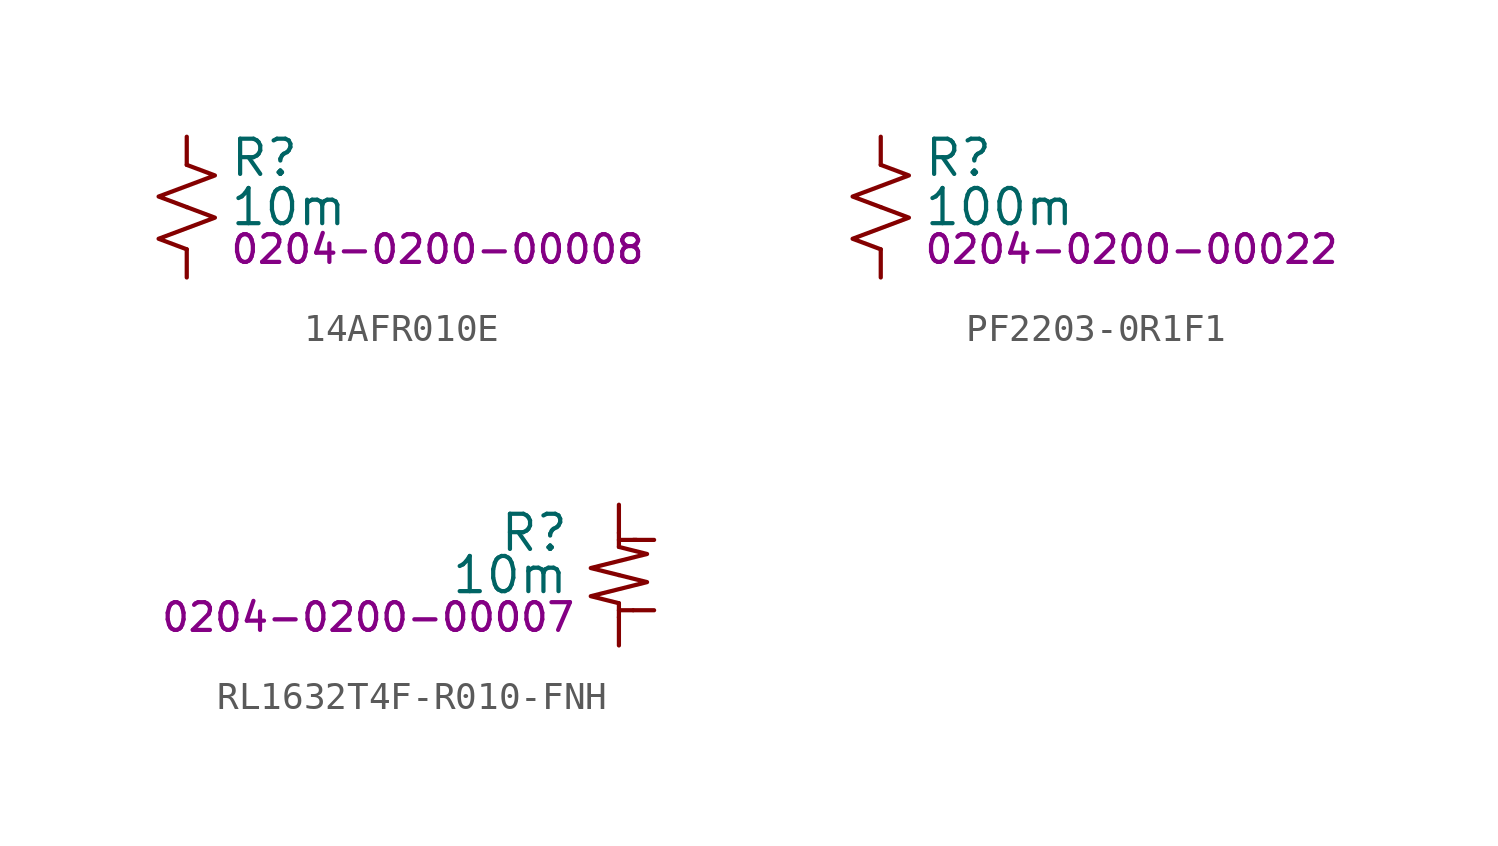
<source format=kicad_sym>
(kicad_symbol_lib
  (version 20231120)
  (generator "kicad_symbol_editor")
  (generator_version "8.0")
  (symbol "14AFR010E"
    (pin_numbers hide)
    (pin_names hide)
    (property "Reference" "R"
      (at 1.524 1.778 0)
      (effects (font (size 1.27 1.27)) (justify left)))
    (property "Value" "10m"
      (at 1.524 0 0)
      (effects (font (size 1.27 1.27)) (justify left)))
    (property "PartNumber" "0204-0200-00008"
      (at 1.524 -1.524 0)
      (effects (font (size 1 1)) (justify left)))
    (symbol "14AFR010E_1_1"
      (polyline (pts (xy 0 0) (xy 1.016 -0.381) (xy 0 -0.762) (xy -1.016 -1.143) (xy 0 -1.524)) (stroke (width 0) (type default)) (fill (type none)))
      (polyline (pts (xy 0 1.524) (xy 1.016 1.143) (xy 0 0.762) (xy -1.016 0.381) (xy 0 0)) (stroke (width 0) (type default)) (fill (type none)))
      (pin passive line (at 0 2.54 270) (length 1.016) (name "~" (effects (font (size 1.27 1.27)))) (number "1" (effects (font (size 1.27 1.27)))))
      (pin passive line (at 0 -2.54 90) (length 1.016) (name "~" (effects (font (size 1.27 1.27)))) (number "2" (effects (font (size 1.27 1.27)))))))
  (symbol "PF2203-0R1F1"
    (pin_numbers hide)
    (pin_names hide)
    (property "Reference" "R"
      (at 1.524 1.778 0)
      (effects (font (size 1.27 1.27)) (justify left)))
    (property "Value" "100m"
      (at 1.524 0 0)
      (effects (font (size 1.27 1.27)) (justify left)))
    (property "PartNumber" "0204-0200-00022"
      (at 1.524 -1.524 0)
      (effects (font (size 1 1)) (justify left)))
    (symbol "PF2203-0R1F1_1_1"
      (polyline (pts (xy 0 0) (xy 1.016 -0.381) (xy 0 -0.762) (xy -1.016 -1.143) (xy 0 -1.524)) (stroke (width 0) (type default)) (fill (type none)))
      (polyline (pts (xy 0 1.524) (xy 1.016 1.143) (xy 0 0.762) (xy -1.016 0.381) (xy 0 0)) (stroke (width 0) (type default)) (fill (type none)))
      (pin passive line (at 0 2.54 270) (length 1.016) (name "~" (effects (font (size 1.27 1.27)))) (number "1" (effects (font (size 1.27 1.27)))))
      (pin passive line (at 0 -2.54 90) (length 1.016) (name "~" (effects (font (size 1.27 1.27)))) (number "2" (effects (font (size 1.27 1.27)))))))
  (symbol "RL1632T4F-R010-FNH"
    (pin_numbers hide)
    (pin_names hide)
    (property "Reference" "R"
      (at -1.778 1.524 0)
      (effects (font (size 1.27 1.27)) (justify right)))
    (property "Value" "10m"
      (at -1.778 0 0)
      (effects (font (size 1.27 1.27)) (justify right)))
    (property "PartNumber" "0204-0200-00007"
      (at -1.524 -1.524 0)
      (effects (font (size 1 1)) (justify right)))
    (symbol "RL1632T4F-R010-FNH_0_1"
      (polyline (pts (xy 0 -1.016) (xy 0 -1.524)) (stroke (width 0) (type default)) (fill (type none)))
      (polyline (pts (xy 0 1.016) (xy 0 1.524)) (stroke (width 0) (type default)) (fill (type none)))
      (polyline (pts (xy 0.508 -1.27) (xy 0 -1.27)) (stroke (width 0) (type default)) (fill (type none)))
      (polyline (pts (xy 0.635 1.27) (xy 0 1.27)) (stroke (width 0) (type default)) (fill (type none))))
    (symbol "RL1632T4F-R010-FNH_1_1"
      (polyline (pts (xy 0 0) (xy 1.016 -0.254) (xy 0 -0.508) (xy -1.016 -0.762) (xy 0 -1.016)) (stroke (width 0) (type default)) (fill (type none)))
      (polyline (pts (xy 0 1.016) (xy 1.016 0.762) (xy 0 0.508) (xy -1.016 0.254) (xy 0 0)) (stroke (width 0) (type default)) (fill (type none)))
      (pin passive line (at 0 2.54 270) (length 1.016) (name "~" (effects (font (size 1.27 1.27)))) (number "1" (effects (font (size 1.27 1.27)))))
      (pin passive line (at 1.27 1.27 180) (length 0.75) (name "~" (effects (font (size 1.27 1.27)))) (number "2" (effects (font (size 1.27 1.27)))))
      (pin passive line (at 1.27 -1.27 180) (length 0.75) (name "~" (effects (font (size 1.27 1.27)))) (number "3" (effects (font (size 1.27 1.27)))))
      (pin passive line (at 0 -2.54 90) (length 1.016) (name "~" (effects (font (size 1.27 1.27)))) (number "4" (effects (font (size 1.27 1.27))))))))
</source>
